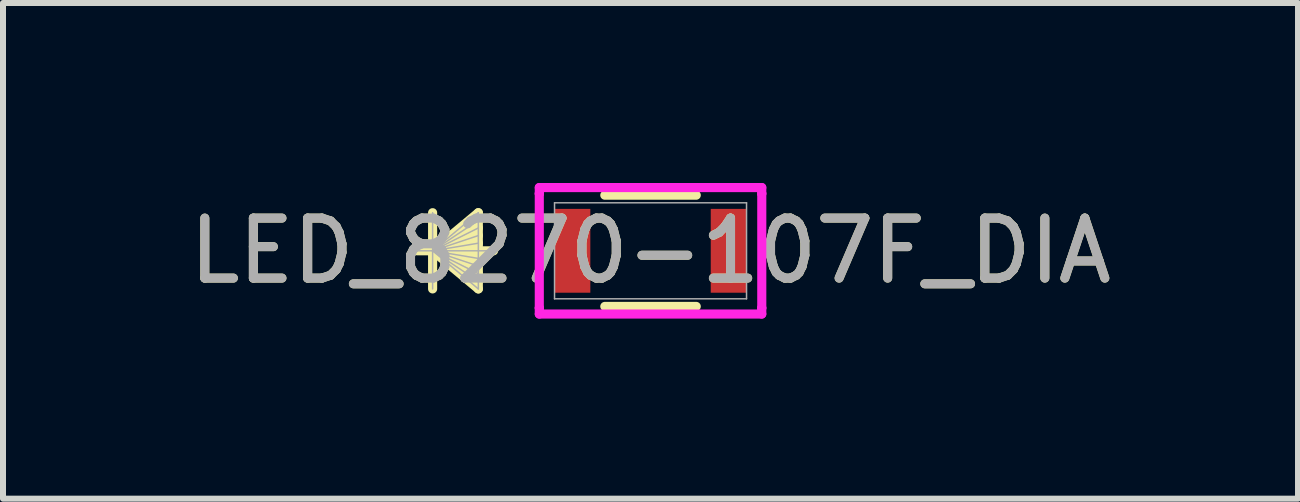
<source format=kicad_pcb>
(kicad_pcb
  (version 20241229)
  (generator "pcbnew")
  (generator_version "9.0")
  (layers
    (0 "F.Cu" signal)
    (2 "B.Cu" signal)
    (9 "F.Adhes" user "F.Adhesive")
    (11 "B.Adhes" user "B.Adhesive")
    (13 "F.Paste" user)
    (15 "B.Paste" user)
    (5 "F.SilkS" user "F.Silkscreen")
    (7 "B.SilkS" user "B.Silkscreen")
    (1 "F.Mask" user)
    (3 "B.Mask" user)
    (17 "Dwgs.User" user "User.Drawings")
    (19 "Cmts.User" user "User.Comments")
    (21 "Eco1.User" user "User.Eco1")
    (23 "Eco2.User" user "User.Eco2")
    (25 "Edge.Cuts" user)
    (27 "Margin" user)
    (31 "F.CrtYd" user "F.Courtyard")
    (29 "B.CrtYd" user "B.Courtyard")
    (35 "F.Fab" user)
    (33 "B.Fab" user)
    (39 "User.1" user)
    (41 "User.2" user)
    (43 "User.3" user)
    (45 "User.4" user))
  (footprint "LED_8270-107F_DIA"
    (layer "F.Cu")
    (at 7.792 1.13)
    (property "Reference" "LED_8270-107F_DIA" (at 0 0 0) (unlocked yes) (layer "F.SilkS") (effects (font (size 1 1) (thickness 0.15))))
    (attr smd)
    (fp_line (start -3.632 -0.635) (end -3.632 0.635) (stroke (width 0.152) (type solid)) (layer "F.SilkS"))
    (fp_line (start -3.632 0) (end -2.87 -0.635) (stroke (width 0.152) (type solid)) (layer "F.SilkS"))
    (fp_line (start -3.632 0) (end -2.87 -0.508) (stroke (width 0.152) (type solid)) (layer "F.SilkS"))
    (fp_line (start -3.632 0) (end -2.87 -0.381) (stroke (width 0.152) (type solid)) (layer "F.SilkS"))
    (fp_line (start -3.632 0) (end -2.87 -0.254) (stroke (width 0.152) (type solid)) (layer "F.SilkS"))
    (fp_line (start -3.632 0) (end -2.87 -0.127) (stroke (width 0.152) (type solid)) (layer "F.SilkS"))
    (fp_line (start -3.632 0) (end -2.87 0.127) (stroke (width 0.152) (type solid)) (layer "F.SilkS"))
    (fp_line (start -3.632 0) (end -2.87 0.254) (stroke (width 0.152) (type solid)) (layer "F.SilkS"))
    (fp_line (start -3.632 0) (end -2.87 0.381) (stroke (width 0.152) (type solid)) (layer "F.SilkS"))
    (fp_line (start -3.632 0) (end -2.87 0.508) (stroke (width 0.152) (type solid)) (layer "F.SilkS"))
    (fp_line (start -3.632 0) (end -2.87 0.635) (stroke (width 0.152) (type solid)) (layer "F.SilkS"))
    (fp_line (start -2.87 -0.635) (end -2.87 0.635) (stroke (width 0.152) (type solid)) (layer "F.SilkS"))
    (fp_line (start -2.616 0) (end -3.886 0) (stroke (width 0.152) (type solid)) (layer "F.SilkS"))
    (fp_line (start -0.762 0.927) (end 0.762 0.927) (stroke (width 0.152) (type solid)) (layer "F.SilkS"))
    (fp_line (start 0.762 -0.927) (end -0.762 -0.927) (stroke (width 0.152) (type solid)) (layer "F.SilkS"))
    (fp_line (start -1.854 -1.054) (end 1.854 -1.054) (stroke (width 0.152) (type solid)) (layer "F.CrtYd"))
    (fp_line (start -1.854 -0.953) (end -1.854 -1.054) (stroke (width 0.152) (type solid)) (layer "F.CrtYd"))
    (fp_line (start -1.854 -0.953) (end -1.854 -0.953) (stroke (width 0.152) (type solid)) (layer "F.CrtYd"))
    (fp_line (start -1.854 0.953) (end -1.854 -0.953) (stroke (width 0.152) (type solid)) (layer "F.CrtYd"))
    (fp_line (start -1.854 0.953) (end -1.854 0.953) (stroke (width 0.152) (type solid)) (layer "F.CrtYd"))
    (fp_line (start -1.854 1.054) (end -1.854 0.953) (stroke (width 0.152) (type solid)) (layer "F.CrtYd"))
    (fp_line (start 1.854 -1.054) (end 1.854 -0.953) (stroke (width 0.152) (type solid)) (layer "F.CrtYd"))
    (fp_line (start 1.854 -0.953) (end 1.854 -0.953) (stroke (width 0.152) (type solid)) (layer "F.CrtYd"))
    (fp_line (start 1.854 -0.953) (end 1.854 0.953) (stroke (width 0.152) (type solid)) (layer "F.CrtYd"))
    (fp_line (start 1.854 0.953) (end 1.854 0.953) (stroke (width 0.152) (type solid)) (layer "F.CrtYd"))
    (fp_line (start 1.854 0.953) (end 1.854 1.054) (stroke (width 0.152) (type solid)) (layer "F.CrtYd"))
    (fp_line (start 1.854 1.054) (end -1.854 1.054) (stroke (width 0.152) (type solid)) (layer "F.CrtYd"))
    (fp_line (start -3.632 -0.635) (end -3.632 0.635) (stroke (width 0.025) (type solid)) (layer "F.Fab"))
    (fp_line (start -3.632 0) (end -2.87 -0.635) (stroke (width 0.025) (type solid)) (layer "F.Fab"))
    (fp_line (start -3.632 0) (end -2.87 -0.508) (stroke (width 0.025) (type solid)) (layer "F.Fab"))
    (fp_line (start -3.632 0) (end -2.87 -0.381) (stroke (width 0.025) (type solid)) (layer "F.Fab"))
    (fp_line (start -3.632 0) (end -2.87 -0.254) (stroke (width 0.025) (type solid)) (layer "F.Fab"))
    (fp_line (start -3.632 0) (end -2.87 -0.127) (stroke (width 0.025) (type solid)) (layer "F.Fab"))
    (fp_line (start -3.632 0) (end -2.87 0.127) (stroke (width 0.025) (type solid)) (layer "F.Fab"))
    (fp_line (start -3.632 0) (end -2.87 0.254) (stroke (width 0.025) (type solid)) (layer "F.Fab"))
    (fp_line (start -3.632 0) (end -2.87 0.381) (stroke (width 0.025) (type solid)) (layer "F.Fab"))
    (fp_line (start -3.632 0) (end -2.87 0.508) (stroke (width 0.025) (type solid)) (layer "F.Fab"))
    (fp_line (start -3.632 0) (end -2.87 0.635) (stroke (width 0.025) (type solid)) (layer "F.Fab"))
    (fp_line (start -2.87 -0.635) (end -2.87 0.635) (stroke (width 0.025) (type solid)) (layer "F.Fab"))
    (fp_line (start -2.616 0) (end -3.886 0) (stroke (width 0.025) (type solid)) (layer "F.Fab"))
    (fp_line (start -1.6 -0.8) (end -1.6 0.8) (stroke (width 0.025) (type solid)) (layer "F.Fab"))
    (fp_line (start -1.6 0.8) (end 1.6 0.8) (stroke (width 0.025) (type solid)) (layer "F.Fab"))
    (fp_line (start 1.6 -0.8) (end -1.6 -0.8) (stroke (width 0.025) (type solid)) (layer "F.Fab"))
    (fp_line (start 1.6 0.8) (end 1.6 -0.8) (stroke (width 0.025) (type solid)) (layer "F.Fab"))
    (fp_text user "${REFERENCE}" (at 0 0 0) (unlocked yes) (layer "F.Fab") (effects (font (size 1 1) (thickness 0.15))))
    (pad "1" smd rect (at -1.302 0) (size 0.597 1.397) (layers "F.Cu" "F.Mask" "F.Paste"))
    (pad "2" smd rect (at 1.302 0) (size 0.597 1.397) (layers "F.Cu" "F.Mask" "F.Paste"))
    (zone (net_name "") (layer "F.Cu") (hatch full 0.508) (connect_pads) (min_thickness 0.254) (filled_areas_thickness no) (keepout (tracks not_allowed) (vias not_allowed) (pads allowed) (copperpour not_allowed) (footprints allowed)) (placement (enabled no)) (fill) (polygon (pts (xy 6.839 0.381) (xy 8.744 0.381) (xy 8.744 1.88) (xy 6.839 1.88)))))
  (gr_rect
    (start -3 -3)
    (end 18.583 5.261)
    (stroke (width 0.1) (type default))
    (fill no)
    (layer "Edge.Cuts")))
</source>
